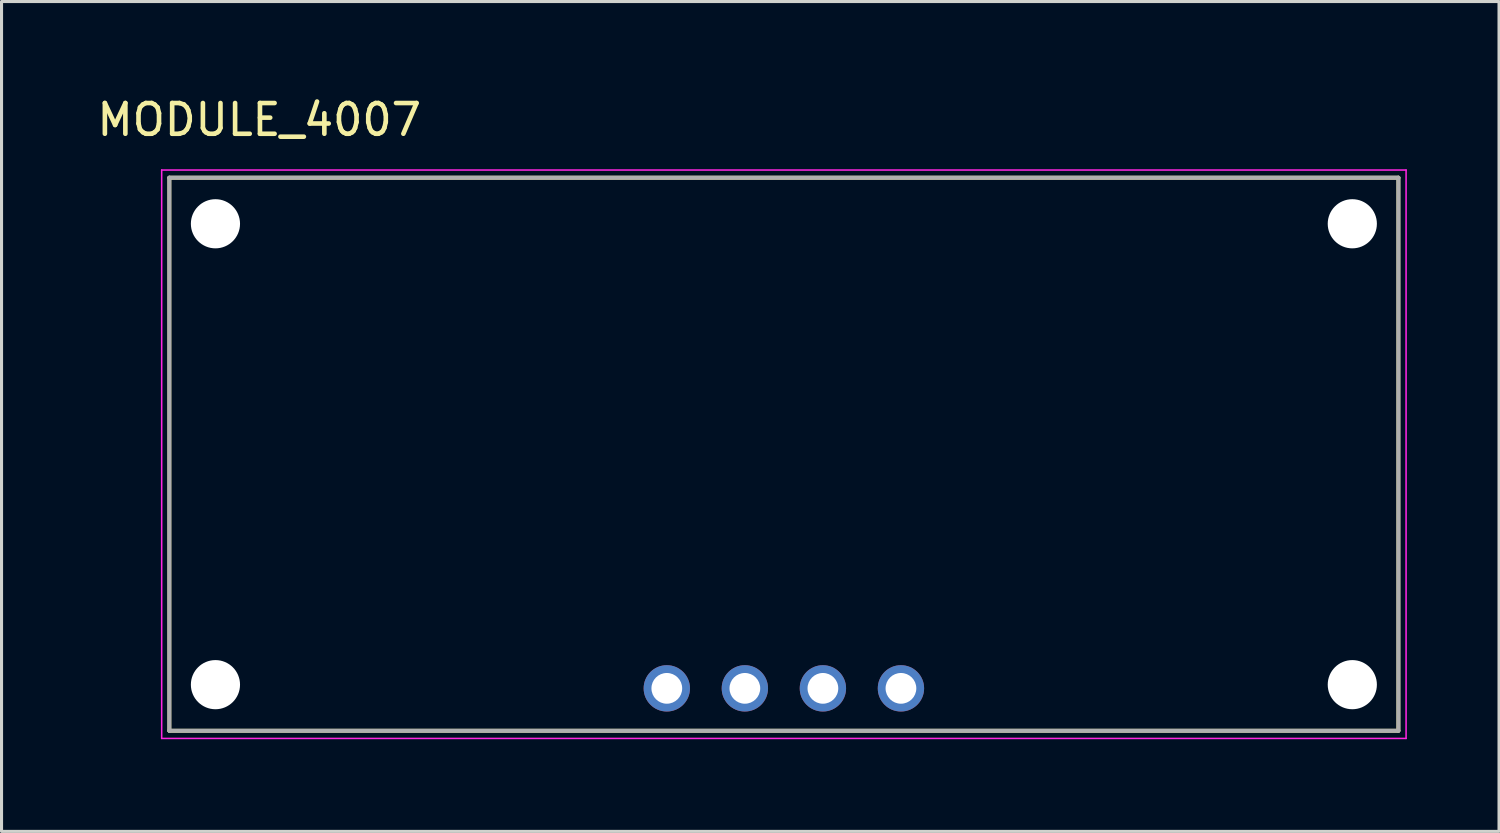
<source format=kicad_pcb>
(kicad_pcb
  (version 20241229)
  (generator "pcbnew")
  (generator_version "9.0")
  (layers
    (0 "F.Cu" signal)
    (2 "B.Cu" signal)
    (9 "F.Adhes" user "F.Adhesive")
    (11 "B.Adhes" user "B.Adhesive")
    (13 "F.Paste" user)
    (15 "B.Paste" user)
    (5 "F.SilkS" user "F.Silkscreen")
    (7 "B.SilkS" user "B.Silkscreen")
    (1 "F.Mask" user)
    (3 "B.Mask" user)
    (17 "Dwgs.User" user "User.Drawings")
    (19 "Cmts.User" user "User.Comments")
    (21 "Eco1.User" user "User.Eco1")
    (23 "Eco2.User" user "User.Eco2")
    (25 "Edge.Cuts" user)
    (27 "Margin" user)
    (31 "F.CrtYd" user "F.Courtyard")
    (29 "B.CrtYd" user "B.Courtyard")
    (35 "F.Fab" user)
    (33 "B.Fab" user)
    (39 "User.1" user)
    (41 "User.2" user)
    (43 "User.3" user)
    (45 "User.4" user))
  (footprint "MODULE_4007"
    (layer "F.Cu")
    (at 22.462 11.733)
    (property "Reference" "MODULE_4007" (at -17.075 -10.885 0) (layer "F.SilkS") (effects (font (size 1 1) (thickness 0.15))))
    (attr through_hole)
    (fp_line (start -20 -9) (end -20 9) (stroke (width 0.127) (type solid)) (layer "F.SilkS"))
    (fp_line (start -20 9) (end 20 9) (stroke (width 0.127) (type solid)) (layer "F.SilkS"))
    (fp_line (start 20 -9) (end -20 -9) (stroke (width 0.127) (type solid)) (layer "F.SilkS"))
    (fp_line (start 20 9) (end 20 -9) (stroke (width 0.127) (type solid)) (layer "F.SilkS"))
    (fp_line (start -20.25 -9.25) (end -20.25 9.25) (stroke (width 0.05) (type solid)) (layer "F.CrtYd"))
    (fp_line (start -20.25 9.25) (end 20.25 9.25) (stroke (width 0.05) (type solid)) (layer "F.CrtYd"))
    (fp_line (start 20.25 -9.25) (end -20.25 -9.25) (stroke (width 0.05) (type solid)) (layer "F.CrtYd"))
    (fp_line (start 20.25 9.25) (end 20.25 -9.25) (stroke (width 0.05) (type solid)) (layer "F.CrtYd"))
    (fp_line (start -20 -9) (end -20 9) (stroke (width 0.127) (type solid)) (layer "F.Fab"))
    (fp_line (start -20 9) (end 20 9) (stroke (width 0.127) (type solid)) (layer "F.Fab"))
    (fp_line (start 20 -9) (end -20 -9) (stroke (width 0.127) (type solid)) (layer "F.Fab"))
    (fp_line (start 20 9) (end 20 -9) (stroke (width 0.127) (type solid)) (layer "F.Fab"))
    (pad "" np_thru_hole circle (at -18.5 -7.5) (size 1.6 1.6) (drill 1.6) (layers "*.Cu" "*.Mask"))
    (pad "" np_thru_hole circle (at -18.5 7.5) (size 1.6 1.6) (drill 1.6) (layers "*.Cu" "*.Mask"))
    (pad "" np_thru_hole circle (at 18.5 -7.5) (size 1.6 1.6) (drill 1.6) (layers "*.Cu" "*.Mask"))
    (pad "" np_thru_hole circle (at 18.5 7.5) (size 1.6 1.6) (drill 1.6) (layers "*.Cu" "*.Mask"))
    (pad "1" thru_hole circle (at -3.81 7.62) (size 1.508 1.508) (drill 1) (layers "*.Cu" "*.Mask"))
    (pad "2" thru_hole circle (at -1.27 7.62) (size 1.508 1.508) (drill 1) (layers "*.Cu" "*.Mask"))
    (pad "3" thru_hole circle (at 1.27 7.62) (size 1.508 1.508) (drill 1) (layers "*.Cu" "*.Mask"))
    (pad "4" thru_hole circle (at 3.81 7.62) (size 1.508 1.508) (drill 1) (layers "*.Cu" "*.Mask")))
  (gr_rect
    (start -3 -3)
    (end 45.737 24.008)
    (stroke (width 0.1) (type default))
    (fill no)
    (layer "Edge.Cuts")))
</source>
